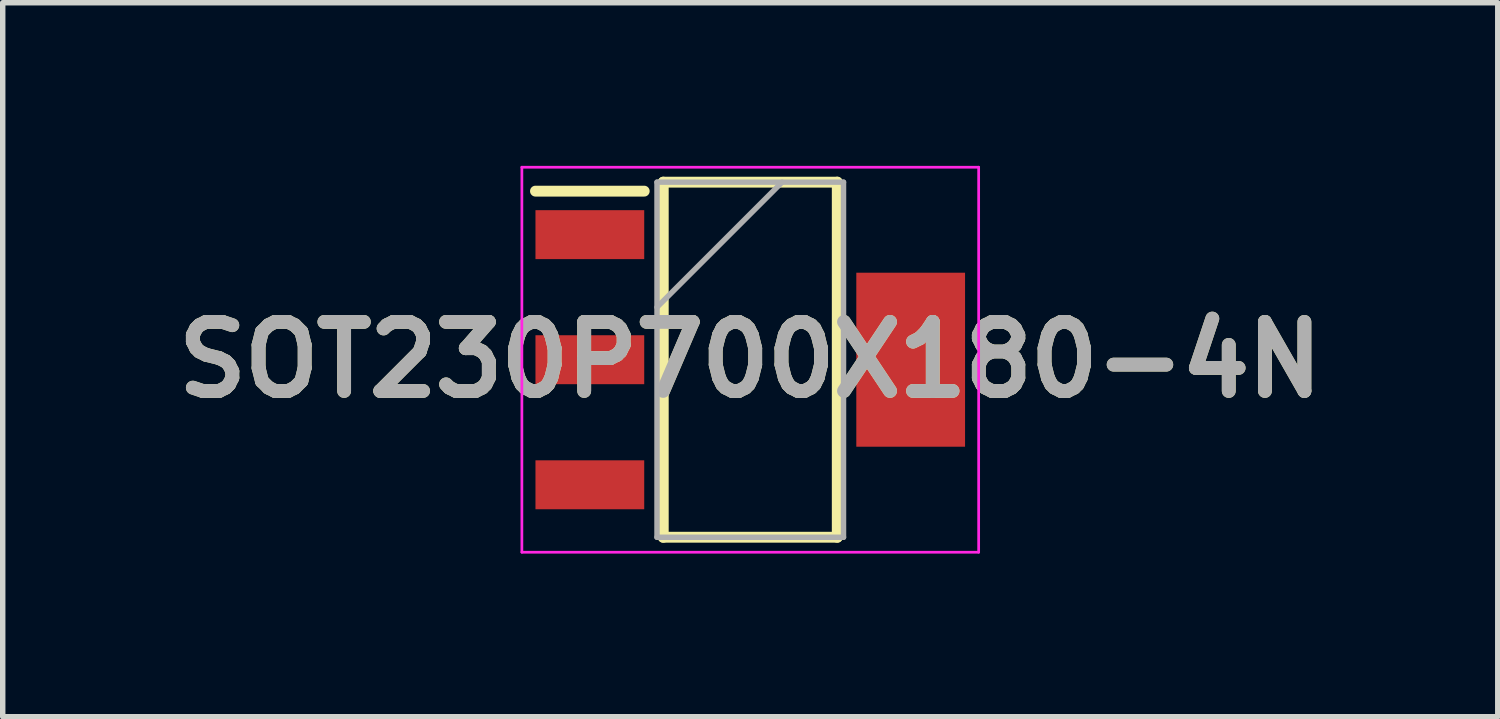
<source format=kicad_pcb>
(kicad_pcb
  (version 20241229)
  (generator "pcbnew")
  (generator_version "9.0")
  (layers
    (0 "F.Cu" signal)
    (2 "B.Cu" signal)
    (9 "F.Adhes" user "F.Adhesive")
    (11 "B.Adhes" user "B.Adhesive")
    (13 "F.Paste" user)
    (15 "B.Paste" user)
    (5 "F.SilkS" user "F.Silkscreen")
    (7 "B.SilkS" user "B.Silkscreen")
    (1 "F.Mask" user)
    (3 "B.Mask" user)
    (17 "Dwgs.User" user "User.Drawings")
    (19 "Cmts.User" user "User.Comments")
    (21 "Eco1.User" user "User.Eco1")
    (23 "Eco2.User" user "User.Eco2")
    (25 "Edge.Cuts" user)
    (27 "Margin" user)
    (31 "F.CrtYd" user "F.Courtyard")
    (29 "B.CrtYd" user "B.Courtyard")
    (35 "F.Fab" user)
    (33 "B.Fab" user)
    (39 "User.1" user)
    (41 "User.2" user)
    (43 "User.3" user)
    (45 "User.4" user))
  (footprint "SOT230P700X180-4N"
    (layer "F.Cu")
    (at 10.747 3.565)
    (property "Reference" "SOT230P700X180-4N" (at 0 0 0) (layer "F.SilkS") (effects (font (size 1.27 1.27) (thickness 0.254))))
    (attr smd)
    (fp_line (start -3.95 -3.1) (end -1.95 -3.1) (stroke (width 0.2) (type solid)) (layer "F.SilkS"))
    (fp_line (start -1.6 -3.265) (end 1.6 -3.265) (stroke (width 0.2) (type solid)) (layer "F.SilkS"))
    (fp_line (start -1.6 3.265) (end -1.6 -3.265) (stroke (width 0.2) (type solid)) (layer "F.SilkS"))
    (fp_line (start 1.6 -3.265) (end 1.6 3.265) (stroke (width 0.2) (type solid)) (layer "F.SilkS"))
    (fp_line (start 1.6 3.265) (end -1.6 3.265) (stroke (width 0.2) (type solid)) (layer "F.SilkS"))
    (fp_line (start -4.2 -3.54) (end 4.2 -3.54) (stroke (width 0.05) (type solid)) (layer "F.CrtYd"))
    (fp_line (start -4.2 3.54) (end -4.2 -3.54) (stroke (width 0.05) (type solid)) (layer "F.CrtYd"))
    (fp_line (start 4.2 -3.54) (end 4.2 3.54) (stroke (width 0.05) (type solid)) (layer "F.CrtYd"))
    (fp_line (start 4.2 3.54) (end -4.2 3.54) (stroke (width 0.05) (type solid)) (layer "F.CrtYd"))
    (fp_line (start -1.715 -3.265) (end 1.715 -3.265) (stroke (width 0.1) (type solid)) (layer "F.Fab"))
    (fp_line (start -1.715 -0.965) (end 0.585 -3.265) (stroke (width 0.1) (type solid)) (layer "F.Fab"))
    (fp_line (start -1.715 3.265) (end -1.715 -3.265) (stroke (width 0.1) (type solid)) (layer "F.Fab"))
    (fp_line (start 1.715 -3.265) (end 1.715 3.265) (stroke (width 0.1) (type solid)) (layer "F.Fab"))
    (fp_line (start 1.715 3.265) (end -1.715 3.265) (stroke (width 0.1) (type solid)) (layer "F.Fab"))
    (fp_text user "${REFERENCE}" (at 0 0 0) (layer "F.Fab") (effects (font (size 1.27 1.27) (thickness 0.254))))
    (pad "1" smd rect (at -2.95 -2.3 90) (size 0.9 2) (layers "F.Cu" "F.Mask" "F.Paste"))
    (pad "2" smd rect (at -2.95 0 90) (size 0.9 2) (layers "F.Cu" "F.Mask" "F.Paste"))
    (pad "3" smd rect (at -2.95 2.3 90) (size 0.9 2) (layers "F.Cu" "F.Mask" "F.Paste"))
    (pad "4" smd rect (at 2.95 0) (size 2 3.2) (layers "F.Cu" "F.Mask" "F.Paste")))
  (gr_rect
    (start -3 -3)
    (end 24.493 10.13)
    (stroke (width 0.1) (type default))
    (fill no)
    (layer "Edge.Cuts")))
</source>
